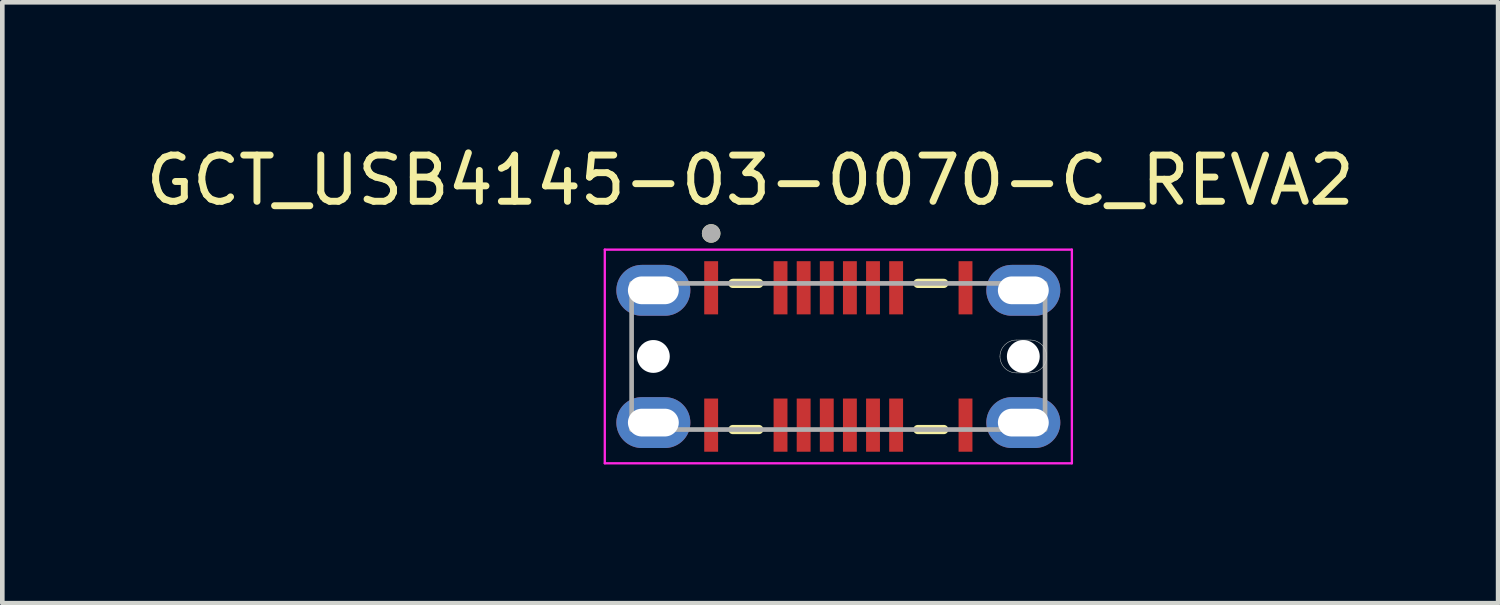
<source format=kicad_pcb>
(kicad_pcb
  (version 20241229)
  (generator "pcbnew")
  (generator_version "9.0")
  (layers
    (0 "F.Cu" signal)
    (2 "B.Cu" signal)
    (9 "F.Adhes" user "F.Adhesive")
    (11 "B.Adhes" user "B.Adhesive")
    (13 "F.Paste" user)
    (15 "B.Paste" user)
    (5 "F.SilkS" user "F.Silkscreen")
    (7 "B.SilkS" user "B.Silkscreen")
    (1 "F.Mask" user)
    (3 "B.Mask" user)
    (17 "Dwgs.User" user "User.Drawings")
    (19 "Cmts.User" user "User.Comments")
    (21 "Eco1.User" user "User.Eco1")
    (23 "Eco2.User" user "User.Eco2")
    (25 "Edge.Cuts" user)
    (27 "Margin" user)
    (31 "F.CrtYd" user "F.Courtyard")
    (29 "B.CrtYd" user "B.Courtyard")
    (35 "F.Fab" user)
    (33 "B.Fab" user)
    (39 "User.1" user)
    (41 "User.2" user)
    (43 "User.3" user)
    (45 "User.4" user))
  (footprint "GCT_USB4145-03-0070-C_REVA2"
    (layer "F.Cu")
    (at 15.078 4.658)
    (property "Reference" "GCT_USB4145-03-0070-C_REVA2" (at -1.905 -3.81 0) (layer "F.SilkS") (effects (font (size 1 1) (thickness 0.15))))
    (attr smd)
    (fp_line (start -2.28 -1.58) (end -1.72 -1.58) (stroke (width 0.2) (type solid)) (layer "F.SilkS"))
    (fp_line (start -2.28 1.58) (end -1.72 1.58) (stroke (width 0.2) (type solid)) (layer "F.SilkS"))
    (fp_line (start 1.72 -1.58) (end 2.28 -1.58) (stroke (width 0.2) (type solid)) (layer "F.SilkS"))
    (fp_line (start 1.72 1.58) (end 2.28 1.58) (stroke (width 0.2) (type solid)) (layer "F.SilkS"))
    (fp_circle (center -2.75 -2.66) (end -2.65 -2.66) (stroke (width 0.2) (type solid)) (fill no) (layer "F.SilkS"))
    (fp_line (start 3.85 -0.355) (end 4.15 -0.355) (stroke (width 0.01) (type solid)) (layer "Edge.Cuts"))
    (fp_line (start 4.15 0.355) (end 3.85 0.355) (stroke (width 0.01) (type solid)) (layer "Edge.Cuts"))
    (fp_arc (start 3.495 0) (mid 3.598977 -0.251023) (end 3.85 -0.355) (stroke (width 0.01) (type solid)) (layer "Edge.Cuts"))
    (fp_arc (start 3.85 0.355) (mid 3.598977 0.251023) (end 3.495 0) (stroke (width 0.01) (type solid)) (layer "Edge.Cuts"))
    (fp_arc (start 4.15 -0.355) (mid 4.401023 -0.251023) (end 4.505 0) (stroke (width 0.01) (type solid)) (layer "Edge.Cuts"))
    (fp_arc (start 4.505 0) (mid 4.401023 0.251023) (end 4.15 0.355) (stroke (width 0.01) (type solid)) (layer "Edge.Cuts"))
    (fp_line (start -5.05 -2.31) (end -5.05 2.31) (stroke (width 0.05) (type solid)) (layer "F.CrtYd"))
    (fp_line (start -5.05 2.31) (end 5.05 2.31) (stroke (width 0.05) (type solid)) (layer "F.CrtYd"))
    (fp_line (start 5.05 -2.31) (end -5.05 -2.31) (stroke (width 0.05) (type solid)) (layer "F.CrtYd"))
    (fp_line (start 5.05 2.31) (end 5.05 -2.31) (stroke (width 0.05) (type solid)) (layer "F.CrtYd"))
    (fp_line (start -4.47 -1.58) (end 4.47 -1.58) (stroke (width 0.1) (type solid)) (layer "F.Fab"))
    (fp_line (start -4.47 1.58) (end -4.47 -1.58) (stroke (width 0.1) (type solid)) (layer "F.Fab"))
    (fp_line (start 4.47 -1.58) (end 4.47 1.58) (stroke (width 0.1) (type solid)) (layer "F.Fab"))
    (fp_line (start 4.47 1.58) (end -4.47 1.58) (stroke (width 0.1) (type solid)) (layer "F.Fab"))
    (fp_circle (center -2.75 -2.66) (end -2.65 -2.66) (stroke (width 0.2) (type solid)) (fill no) (layer "F.Fab"))
    (pad "" np_thru_hole circle (at -4 0) (size 0.71 0.71) (drill 0.71) (layers "*.Cu" "*.Mask"))
    (pad "" np_thru_hole circle (at 4 0) (size 0.71 0.71) (drill 0.71) (layers "*.Cu" "*.Mask"))
    (pad "A1" smd rect (at -2.75 -1.485) (size 0.3 1.15) (layers "F.Cu" "F.Mask" "F.Paste"))
    (pad "A4" smd rect (at -1.25 -1.485) (size 0.3 1.15) (layers "F.Cu" "F.Mask" "F.Paste"))
    (pad "A5" smd rect (at -0.75 -1.485) (size 0.3 1.15) (layers "F.Cu" "F.Mask" "F.Paste"))
    (pad "A6" smd rect (at -0.25 -1.485) (size 0.3 1.15) (layers "F.Cu" "F.Mask" "F.Paste"))
    (pad "A7" smd rect (at 0.25 -1.485) (size 0.3 1.15) (layers "F.Cu" "F.Mask" "F.Paste"))
    (pad "A8" smd rect (at 0.75 -1.485) (size 0.3 1.15) (layers "F.Cu" "F.Mask" "F.Paste"))
    (pad "A9" smd rect (at 1.25 -1.485) (size 0.3 1.15) (layers "F.Cu" "F.Mask" "F.Paste"))
    (pad "A12" smd rect (at 2.75 -1.485) (size 0.3 1.15) (layers "F.Cu" "F.Mask" "F.Paste"))
    (pad "B1" smd rect (at 2.75 1.485) (size 0.3 1.15) (layers "F.Cu" "F.Mask" "F.Paste"))
    (pad "B4" smd rect (at 1.25 1.485) (size 0.3 1.15) (layers "F.Cu" "F.Mask" "F.Paste"))
    (pad "B5" smd rect (at 0.75 1.485) (size 0.3 1.15) (layers "F.Cu" "F.Mask" "F.Paste"))
    (pad "B6" smd rect (at 0.25 1.485) (size 0.3 1.15) (layers "F.Cu" "F.Mask" "F.Paste"))
    (pad "B7" smd rect (at -0.25 1.485) (size 0.3 1.15) (layers "F.Cu" "F.Mask" "F.Paste"))
    (pad "B8" smd rect (at -0.75 1.485) (size 0.3 1.15) (layers "F.Cu" "F.Mask" "F.Paste"))
    (pad "B9" smd rect (at -1.25 1.485) (size 0.3 1.15) (layers "F.Cu" "F.Mask" "F.Paste"))
    (pad "B12" smd rect (at -2.75 1.485) (size 0.3 1.15) (layers "F.Cu" "F.Mask" "F.Paste"))
    (pad "S1" thru_hole oval (at -4 -1.43) (size 1.6 1.1) (drill oval 1.1 0.6) (layers "*.Cu" "*.Mask"))
    (pad "S2" thru_hole oval (at 4 -1.43) (size 1.6 1.1) (drill oval 1.1 0.6) (layers "*.Cu" "*.Mask"))
    (pad "S3" thru_hole oval (at -4 1.43) (size 1.6 1.1) (drill oval 1.1 0.6) (layers "*.Cu" "*.Mask"))
    (pad "S4" thru_hole oval (at 4 1.43) (size 1.6 1.1) (drill oval 1.1 0.6) (layers "*.Cu" "*.Mask")))
  (gr_rect
    (start -3 -3)
    (end 29.345 9.993)
    (stroke (width 0.1) (type default))
    (fill no)
    (layer "Edge.Cuts")))
</source>
